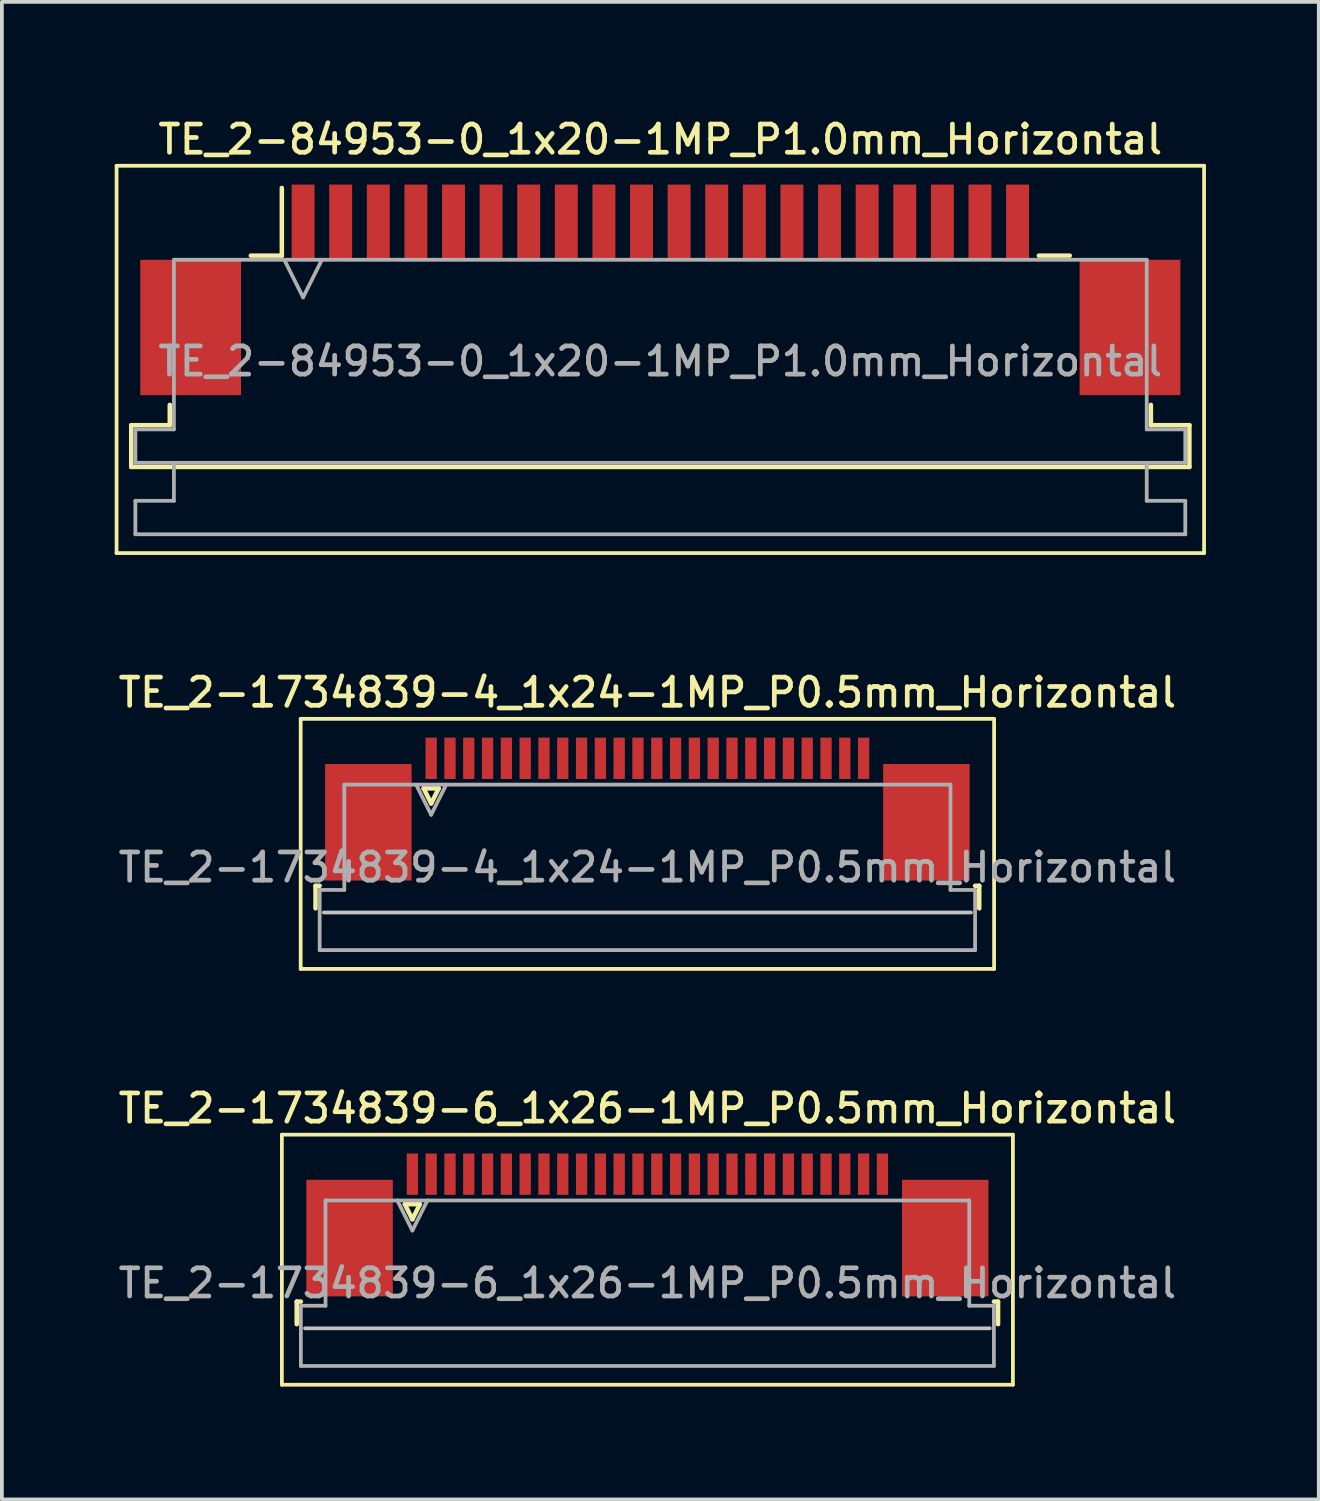
<source format=kicad_pcb>
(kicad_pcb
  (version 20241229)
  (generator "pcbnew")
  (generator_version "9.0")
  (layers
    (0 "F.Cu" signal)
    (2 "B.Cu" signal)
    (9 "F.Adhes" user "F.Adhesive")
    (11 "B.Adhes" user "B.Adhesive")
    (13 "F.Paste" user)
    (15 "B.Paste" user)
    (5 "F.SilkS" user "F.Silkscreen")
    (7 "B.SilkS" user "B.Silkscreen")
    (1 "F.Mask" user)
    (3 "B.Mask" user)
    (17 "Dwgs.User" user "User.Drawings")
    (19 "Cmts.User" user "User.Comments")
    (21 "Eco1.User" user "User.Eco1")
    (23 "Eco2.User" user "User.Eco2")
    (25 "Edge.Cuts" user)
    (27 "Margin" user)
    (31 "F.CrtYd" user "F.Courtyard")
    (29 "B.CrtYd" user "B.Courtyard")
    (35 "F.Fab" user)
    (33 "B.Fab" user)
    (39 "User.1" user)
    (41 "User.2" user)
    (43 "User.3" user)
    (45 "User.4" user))
  (footprint "TE_2-1734839-6_1x26-1MP_P0.5mm_Horizontal"
    (layer "F.Cu")
    (at 14.166 29.524)
    (property "Reference" "TE_2-1734839-6_1x26-1MP_P0.5mm_Horizontal" (at 0 -3.1 0) (layer "F.SilkS") (effects (font (size 0.75 0.75) (thickness 0.125))))
    (attr smd)
    (fp_line (start -9.72 -2.4) (end -9.72 4.25) (stroke (width 0.1) (type solid)) (layer "F.SilkS"))
    (fp_line (start -9.72 4.25) (end 9.72 4.25) (stroke (width 0.1) (type solid)) (layer "F.SilkS"))
    (fp_line (start -9.325 2.04) (end -9.325 2.64) (stroke (width 0.12) (type solid)) (layer "F.SilkS"))
    (fp_line (start -9.215 2.04) (end -9.325 2.04) (stroke (width 0.12) (type solid)) (layer "F.SilkS"))
    (fp_line (start -6.45 -0.55) (end -6.25 -0.15) (stroke (width 0.12) (type solid)) (layer "F.SilkS"))
    (fp_line (start -6.25 -0.15) (end -6.05 -0.55) (stroke (width 0.12) (type solid)) (layer "F.SilkS"))
    (fp_line (start -6.05 -0.55) (end -6.45 -0.55) (stroke (width 0.12) (type solid)) (layer "F.SilkS"))
    (fp_line (start 9.215 2.04) (end 9.325 2.04) (stroke (width 0.12) (type solid)) (layer "F.SilkS"))
    (fp_line (start 9.325 2.04) (end 9.325 2.64) (stroke (width 0.12) (type solid)) (layer "F.SilkS"))
    (fp_line (start 9.72 -2.4) (end -9.72 -2.4) (stroke (width 0.1) (type solid)) (layer "F.SilkS"))
    (fp_line (start 9.72 4.25) (end 9.72 -2.4) (stroke (width 0.1) (type solid)) (layer "F.SilkS"))
    (fp_line (start 9.105 2.75) (end -9.105 2.75) (stroke (width 0.1) (type solid)) (layer "Dwgs.User"))
    (fp_line (start -9.215 2.15) (end -8.56 2.15) (stroke (width 0.1) (type solid)) (layer "F.Fab"))
    (fp_line (start -9.215 3.75) (end -9.215 2.15) (stroke (width 0.1) (type solid)) (layer "F.Fab"))
    (fp_line (start -8.56 -0.65) (end 8.56 -0.65) (stroke (width 0.1) (type solid)) (layer "F.Fab"))
    (fp_line (start -8.56 2.15) (end -8.56 -0.65) (stroke (width 0.1) (type solid)) (layer "F.Fab"))
    (fp_line (start -6.65 -0.65) (end -6.25 0.15) (stroke (width 0.1) (type solid)) (layer "F.Fab"))
    (fp_line (start -6.25 0.15) (end -5.85 -0.65) (stroke (width 0.1) (type solid)) (layer "F.Fab"))
    (fp_line (start 8.56 -0.65) (end 8.56 2.15) (stroke (width 0.1) (type solid)) (layer "F.Fab"))
    (fp_line (start 8.56 2.15) (end 9.215 2.15) (stroke (width 0.1) (type solid)) (layer "F.Fab"))
    (fp_line (start 9.215 2.15) (end 9.215 3.75) (stroke (width 0.1) (type solid)) (layer "F.Fab"))
    (fp_line (start 9.215 3.75) (end -9.215 3.75) (stroke (width 0.1) (type solid)) (layer "F.Fab"))
    (fp_text user "${REFERENCE}" (at 0 1.55 0) (layer "F.Fab") (effects (font (size 0.75 0.75) (thickness 0.125))))
    (pad "1" smd rect (at -6.25 -1.35) (size 0.3 1.1) (layers "F.Cu" "F.Mask" "F.Paste"))
    (pad "2" smd rect (at -5.75 -1.35) (size 0.3 1.1) (layers "F.Cu" "F.Mask" "F.Paste"))
    (pad "3" smd rect (at -5.25 -1.35) (size 0.3 1.1) (layers "F.Cu" "F.Mask" "F.Paste"))
    (pad "4" smd rect (at -4.75 -1.35) (size 0.3 1.1) (layers "F.Cu" "F.Mask" "F.Paste"))
    (pad "5" smd rect (at -4.25 -1.35) (size 0.3 1.1) (layers "F.Cu" "F.Mask" "F.Paste"))
    (pad "6" smd rect (at -3.75 -1.35) (size 0.3 1.1) (layers "F.Cu" "F.Mask" "F.Paste"))
    (pad "7" smd rect (at -3.25 -1.35) (size 0.3 1.1) (layers "F.Cu" "F.Mask" "F.Paste"))
    (pad "8" smd rect (at -2.75 -1.35) (size 0.3 1.1) (layers "F.Cu" "F.Mask" "F.Paste"))
    (pad "9" smd rect (at -2.25 -1.35) (size 0.3 1.1) (layers "F.Cu" "F.Mask" "F.Paste"))
    (pad "10" smd rect (at -1.75 -1.35) (size 0.3 1.1) (layers "F.Cu" "F.Mask" "F.Paste"))
    (pad "11" smd rect (at -1.25 -1.35) (size 0.3 1.1) (layers "F.Cu" "F.Mask" "F.Paste"))
    (pad "12" smd rect (at -0.75 -1.35) (size 0.3 1.1) (layers "F.Cu" "F.Mask" "F.Paste"))
    (pad "13" smd rect (at -0.25 -1.35) (size 0.3 1.1) (layers "F.Cu" "F.Mask" "F.Paste"))
    (pad "14" smd rect (at 0.25 -1.35) (size 0.3 1.1) (layers "F.Cu" "F.Mask" "F.Paste"))
    (pad "15" smd rect (at 0.75 -1.35) (size 0.3 1.1) (layers "F.Cu" "F.Mask" "F.Paste"))
    (pad "16" smd rect (at 1.25 -1.35) (size 0.3 1.1) (layers "F.Cu" "F.Mask" "F.Paste"))
    (pad "17" smd rect (at 1.75 -1.35) (size 0.3 1.1) (layers "F.Cu" "F.Mask" "F.Paste"))
    (pad "18" smd rect (at 2.25 -1.35) (size 0.3 1.1) (layers "F.Cu" "F.Mask" "F.Paste"))
    (pad "19" smd rect (at 2.75 -1.35) (size 0.3 1.1) (layers "F.Cu" "F.Mask" "F.Paste"))
    (pad "20" smd rect (at 3.25 -1.35) (size 0.3 1.1) (layers "F.Cu" "F.Mask" "F.Paste"))
    (pad "21" smd rect (at 3.75 -1.35) (size 0.3 1.1) (layers "F.Cu" "F.Mask" "F.Paste"))
    (pad "22" smd rect (at 4.25 -1.35) (size 0.3 1.1) (layers "F.Cu" "F.Mask" "F.Paste"))
    (pad "23" smd rect (at 4.75 -1.35) (size 0.3 1.1) (layers "F.Cu" "F.Mask" "F.Paste"))
    (pad "24" smd rect (at 5.25 -1.35) (size 0.3 1.1) (layers "F.Cu" "F.Mask" "F.Paste"))
    (pad "25" smd rect (at 5.75 -1.35) (size 0.3 1.1) (layers "F.Cu" "F.Mask" "F.Paste"))
    (pad "26" smd rect (at 6.25 -1.35) (size 0.3 1.1) (layers "F.Cu" "F.Mask" "F.Paste"))
    (pad "MP" smd rect (at -7.92 0.35) (size 2.3 3.1) (layers "F.Cu" "F.Mask" "F.Paste"))
    (pad "MP" smd rect (at 7.92 0.35) (size 2.3 3.1) (layers "F.Cu" "F.Mask" "F.Paste")))
  (footprint "TE_2-84953-0_1x20-1MP_P1.0mm_Horizontal"
    (layer "F.Cu")
    (at 14.51 4.658)
    (property "Reference" "TE_2-84953-0_1x20-1MP_P1.0mm_Horizontal" (at 0 -4 0) (layer "F.SilkS") (effects (font (size 0.75 0.75) (thickness 0.125))))
    (attr smd)
    (fp_line (start -14.46 -3.3) (end -14.46 7) (stroke (width 0.1) (type solid)) (layer "F.SilkS"))
    (fp_line (start -14.46 7) (end 14.46 7) (stroke (width 0.1) (type solid)) (layer "F.SilkS"))
    (fp_line (start -14.07 3.6) (end -13.045 3.6) (stroke (width 0.12) (type solid)) (layer "F.SilkS"))
    (fp_line (start -14.07 4.71) (end -14.07 3.6) (stroke (width 0.12) (type solid)) (layer "F.SilkS"))
    (fp_line (start -13.045 3.6) (end -13.045 3.06) (stroke (width 0.12) (type solid)) (layer "F.SilkS"))
    (fp_line (start -10.89 -0.91) (end -10.065 -0.91) (stroke (width 0.12) (type solid)) (layer "F.SilkS"))
    (fp_line (start -10.065 -0.91) (end -10.065 -2.71) (stroke (width 0.12) (type solid)) (layer "F.SilkS"))
    (fp_line (start 10.065 -0.91) (end 10.89 -0.91) (stroke (width 0.12) (type solid)) (layer "F.SilkS"))
    (fp_line (start 13.045 3.06) (end 13.045 3.6) (stroke (width 0.12) (type solid)) (layer "F.SilkS"))
    (fp_line (start 13.045 3.6) (end 14.07 3.6) (stroke (width 0.12) (type solid)) (layer "F.SilkS"))
    (fp_line (start 14.07 3.6) (end 14.07 4.71) (stroke (width 0.12) (type solid)) (layer "F.SilkS"))
    (fp_line (start 14.07 4.71) (end -14.07 4.71) (stroke (width 0.12) (type solid)) (layer "F.SilkS"))
    (fp_line (start 14.46 -3.3) (end -14.46 -3.3) (stroke (width 0.1) (type solid)) (layer "F.SilkS"))
    (fp_line (start 14.46 7) (end 14.46 -3.3) (stroke (width 0.1) (type solid)) (layer "F.SilkS"))
    (fp_line (start -13.96 3.71) (end -12.935 3.71) (stroke (width 0.1) (type solid)) (layer "F.Fab"))
    (fp_line (start -13.96 4.6) (end -13.96 3.71) (stroke (width 0.1) (type solid)) (layer "F.Fab"))
    (fp_line (start -13.96 5.61) (end -12.935 5.61) (stroke (width 0.1) (type solid)) (layer "F.Fab"))
    (fp_line (start -13.96 6.5) (end -13.96 5.61) (stroke (width 0.1) (type solid)) (layer "F.Fab"))
    (fp_line (start -12.935 -0.8) (end 12.935 -0.8) (stroke (width 0.1) (type solid)) (layer "F.Fab"))
    (fp_line (start -12.935 3.71) (end -12.935 -0.8) (stroke (width 0.1) (type solid)) (layer "F.Fab"))
    (fp_line (start -12.935 5.61) (end -12.935 4.6) (stroke (width 0.1) (type solid)) (layer "F.Fab"))
    (fp_line (start -10 -0.8) (end -9.5 0.2) (stroke (width 0.1) (type solid)) (layer "F.Fab"))
    (fp_line (start -9.5 0.2) (end -9 -0.8) (stroke (width 0.1) (type solid)) (layer "F.Fab"))
    (fp_line (start 12.935 -0.8) (end 12.935 3.71) (stroke (width 0.1) (type solid)) (layer "F.Fab"))
    (fp_line (start 12.935 3.71) (end 13.96 3.71) (stroke (width 0.1) (type solid)) (layer "F.Fab"))
    (fp_line (start 12.935 4.6) (end 12.935 5.61) (stroke (width 0.1) (type solid)) (layer "F.Fab"))
    (fp_line (start 12.935 5.61) (end 13.96 5.61) (stroke (width 0.1) (type solid)) (layer "F.Fab"))
    (fp_line (start 13.96 3.71) (end 13.96 4.6) (stroke (width 0.1) (type solid)) (layer "F.Fab"))
    (fp_line (start 13.96 4.6) (end -13.96 4.6) (stroke (width 0.1) (type solid)) (layer "F.Fab"))
    (fp_line (start 13.96 5.61) (end 13.96 6.5) (stroke (width 0.1) (type solid)) (layer "F.Fab"))
    (fp_line (start 13.96 6.5) (end -13.96 6.5) (stroke (width 0.1) (type solid)) (layer "F.Fab"))
    (fp_text user "${REFERENCE}" (at 0 1.9 0) (layer "F.Fab") (effects (font (size 0.75 0.75) (thickness 0.125))))
    (pad "1" smd rect (at -9.5 -1.8) (size 0.61 2) (layers "F.Cu" "F.Mask" "F.Paste"))
    (pad "2" smd rect (at -8.5 -1.8) (size 0.61 2) (layers "F.Cu" "F.Mask" "F.Paste"))
    (pad "3" smd rect (at -7.5 -1.8) (size 0.61 2) (layers "F.Cu" "F.Mask" "F.Paste"))
    (pad "4" smd rect (at -6.5 -1.8) (size 0.61 2) (layers "F.Cu" "F.Mask" "F.Paste"))
    (pad "5" smd rect (at -5.5 -1.8) (size 0.61 2) (layers "F.Cu" "F.Mask" "F.Paste"))
    (pad "6" smd rect (at -4.5 -1.8) (size 0.61 2) (layers "F.Cu" "F.Mask" "F.Paste"))
    (pad "7" smd rect (at -3.5 -1.8) (size 0.61 2) (layers "F.Cu" "F.Mask" "F.Paste"))
    (pad "8" smd rect (at -2.5 -1.8) (size 0.61 2) (layers "F.Cu" "F.Mask" "F.Paste"))
    (pad "9" smd rect (at -1.5 -1.8) (size 0.61 2) (layers "F.Cu" "F.Mask" "F.Paste"))
    (pad "10" smd rect (at -0.5 -1.8) (size 0.61 2) (layers "F.Cu" "F.Mask" "F.Paste"))
    (pad "11" smd rect (at 0.5 -1.8) (size 0.61 2) (layers "F.Cu" "F.Mask" "F.Paste"))
    (pad "12" smd rect (at 1.5 -1.8) (size 0.61 2) (layers "F.Cu" "F.Mask" "F.Paste"))
    (pad "13" smd rect (at 2.5 -1.8) (size 0.61 2) (layers "F.Cu" "F.Mask" "F.Paste"))
    (pad "14" smd rect (at 3.5 -1.8) (size 0.61 2) (layers "F.Cu" "F.Mask" "F.Paste"))
    (pad "15" smd rect (at 4.5 -1.8) (size 0.61 2) (layers "F.Cu" "F.Mask" "F.Paste"))
    (pad "16" smd rect (at 5.5 -1.8) (size 0.61 2) (layers "F.Cu" "F.Mask" "F.Paste"))
    (pad "17" smd rect (at 6.5 -1.8) (size 0.61 2) (layers "F.Cu" "F.Mask" "F.Paste"))
    (pad "18" smd rect (at 7.5 -1.8) (size 0.61 2) (layers "F.Cu" "F.Mask" "F.Paste"))
    (pad "19" smd rect (at 8.5 -1.8) (size 0.61 2) (layers "F.Cu" "F.Mask" "F.Paste"))
    (pad "20" smd rect (at 9.5 -1.8) (size 0.61 2) (layers "F.Cu" "F.Mask" "F.Paste"))
    (pad "MP" smd rect (at -12.49 1) (size 2.68 3.6) (layers "F.Cu" "F.Mask" "F.Paste"))
    (pad "MP" smd rect (at 12.49 1) (size 2.68 3.6) (layers "F.Cu" "F.Mask" "F.Paste")))
  (footprint "TE_2-1734839-4_1x24-1MP_P0.5mm_Horizontal"
    (layer "F.Cu")
    (at 14.166 18.466)
    (property "Reference" "TE_2-1734839-4_1x24-1MP_P0.5mm_Horizontal" (at 0 -3.1 0) (layer "F.SilkS") (effects (font (size 0.75 0.75) (thickness 0.125))))
    (attr smd)
    (fp_line (start -9.22 -2.4) (end -9.22 4.25) (stroke (width 0.1) (type solid)) (layer "F.SilkS"))
    (fp_line (start -9.22 4.25) (end 9.22 4.25) (stroke (width 0.1) (type solid)) (layer "F.SilkS"))
    (fp_line (start -8.825 2.04) (end -8.825 2.64) (stroke (width 0.12) (type solid)) (layer "F.SilkS"))
    (fp_line (start -8.715 2.04) (end -8.825 2.04) (stroke (width 0.12) (type solid)) (layer "F.SilkS"))
    (fp_line (start -5.95 -0.55) (end -5.75 -0.15) (stroke (width 0.12) (type solid)) (layer "F.SilkS"))
    (fp_line (start -5.75 -0.15) (end -5.55 -0.55) (stroke (width 0.12) (type solid)) (layer "F.SilkS"))
    (fp_line (start -5.55 -0.55) (end -5.95 -0.55) (stroke (width 0.12) (type solid)) (layer "F.SilkS"))
    (fp_line (start 8.715 2.04) (end 8.825 2.04) (stroke (width 0.12) (type solid)) (layer "F.SilkS"))
    (fp_line (start 8.825 2.04) (end 8.825 2.64) (stroke (width 0.12) (type solid)) (layer "F.SilkS"))
    (fp_line (start 9.22 -2.4) (end -9.22 -2.4) (stroke (width 0.1) (type solid)) (layer "F.SilkS"))
    (fp_line (start 9.22 4.25) (end 9.22 -2.4) (stroke (width 0.1) (type solid)) (layer "F.SilkS"))
    (fp_line (start 8.605 2.75) (end -8.605 2.75) (stroke (width 0.1) (type solid)) (layer "Dwgs.User"))
    (fp_line (start -8.715 2.15) (end -8.06 2.15) (stroke (width 0.1) (type solid)) (layer "F.Fab"))
    (fp_line (start -8.715 3.75) (end -8.715 2.15) (stroke (width 0.1) (type solid)) (layer "F.Fab"))
    (fp_line (start -8.06 -0.65) (end 8.06 -0.65) (stroke (width 0.1) (type solid)) (layer "F.Fab"))
    (fp_line (start -8.06 2.15) (end -8.06 -0.65) (stroke (width 0.1) (type solid)) (layer "F.Fab"))
    (fp_line (start -6.15 -0.65) (end -5.75 0.15) (stroke (width 0.1) (type solid)) (layer "F.Fab"))
    (fp_line (start -5.75 0.15) (end -5.35 -0.65) (stroke (width 0.1) (type solid)) (layer "F.Fab"))
    (fp_line (start 8.06 -0.65) (end 8.06 2.15) (stroke (width 0.1) (type solid)) (layer "F.Fab"))
    (fp_line (start 8.06 2.15) (end 8.715 2.15) (stroke (width 0.1) (type solid)) (layer "F.Fab"))
    (fp_line (start 8.715 2.15) (end 8.715 3.75) (stroke (width 0.1) (type solid)) (layer "F.Fab"))
    (fp_line (start 8.715 3.75) (end -8.715 3.75) (stroke (width 0.1) (type solid)) (layer "F.Fab"))
    (fp_text user "${REFERENCE}" (at 0 1.55 0) (layer "F.Fab") (effects (font (size 0.75 0.75) (thickness 0.125))))
    (pad "1" smd rect (at -5.75 -1.35) (size 0.3 1.1) (layers "F.Cu" "F.Mask" "F.Paste"))
    (pad "2" smd rect (at -5.25 -1.35) (size 0.3 1.1) (layers "F.Cu" "F.Mask" "F.Paste"))
    (pad "3" smd rect (at -4.75 -1.35) (size 0.3 1.1) (layers "F.Cu" "F.Mask" "F.Paste"))
    (pad "4" smd rect (at -4.25 -1.35) (size 0.3 1.1) (layers "F.Cu" "F.Mask" "F.Paste"))
    (pad "5" smd rect (at -3.75 -1.35) (size 0.3 1.1) (layers "F.Cu" "F.Mask" "F.Paste"))
    (pad "6" smd rect (at -3.25 -1.35) (size 0.3 1.1) (layers "F.Cu" "F.Mask" "F.Paste"))
    (pad "7" smd rect (at -2.75 -1.35) (size 0.3 1.1) (layers "F.Cu" "F.Mask" "F.Paste"))
    (pad "8" smd rect (at -2.25 -1.35) (size 0.3 1.1) (layers "F.Cu" "F.Mask" "F.Paste"))
    (pad "9" smd rect (at -1.75 -1.35) (size 0.3 1.1) (layers "F.Cu" "F.Mask" "F.Paste"))
    (pad "10" smd rect (at -1.25 -1.35) (size 0.3 1.1) (layers "F.Cu" "F.Mask" "F.Paste"))
    (pad "11" smd rect (at -0.75 -1.35) (size 0.3 1.1) (layers "F.Cu" "F.Mask" "F.Paste"))
    (pad "12" smd rect (at -0.25 -1.35) (size 0.3 1.1) (layers "F.Cu" "F.Mask" "F.Paste"))
    (pad "13" smd rect (at 0.25 -1.35) (size 0.3 1.1) (layers "F.Cu" "F.Mask" "F.Paste"))
    (pad "14" smd rect (at 0.75 -1.35) (size 0.3 1.1) (layers "F.Cu" "F.Mask" "F.Paste"))
    (pad "15" smd rect (at 1.25 -1.35) (size 0.3 1.1) (layers "F.Cu" "F.Mask" "F.Paste"))
    (pad "16" smd rect (at 1.75 -1.35) (size 0.3 1.1) (layers "F.Cu" "F.Mask" "F.Paste"))
    (pad "17" smd rect (at 2.25 -1.35) (size 0.3 1.1) (layers "F.Cu" "F.Mask" "F.Paste"))
    (pad "18" smd rect (at 2.75 -1.35) (size 0.3 1.1) (layers "F.Cu" "F.Mask" "F.Paste"))
    (pad "19" smd rect (at 3.25 -1.35) (size 0.3 1.1) (layers "F.Cu" "F.Mask" "F.Paste"))
    (pad "20" smd rect (at 3.75 -1.35) (size 0.3 1.1) (layers "F.Cu" "F.Mask" "F.Paste"))
    (pad "21" smd rect (at 4.25 -1.35) (size 0.3 1.1) (layers "F.Cu" "F.Mask" "F.Paste"))
    (pad "22" smd rect (at 4.75 -1.35) (size 0.3 1.1) (layers "F.Cu" "F.Mask" "F.Paste"))
    (pad "23" smd rect (at 5.25 -1.35) (size 0.3 1.1) (layers "F.Cu" "F.Mask" "F.Paste"))
    (pad "24" smd rect (at 5.75 -1.35) (size 0.3 1.1) (layers "F.Cu" "F.Mask" "F.Paste"))
    (pad "MP" smd rect (at -7.42 0.35) (size 2.3 3.1) (layers "F.Cu" "F.Mask" "F.Paste"))
    (pad "MP" smd rect (at 7.42 0.35) (size 2.3 3.1) (layers "F.Cu" "F.Mask" "F.Paste")))
  (gr_rect
    (start -3 -3)
    (end 32.02 36.824)
    (stroke (width 0.1) (type default))
    (fill no)
    (layer "Edge.Cuts")))
</source>
